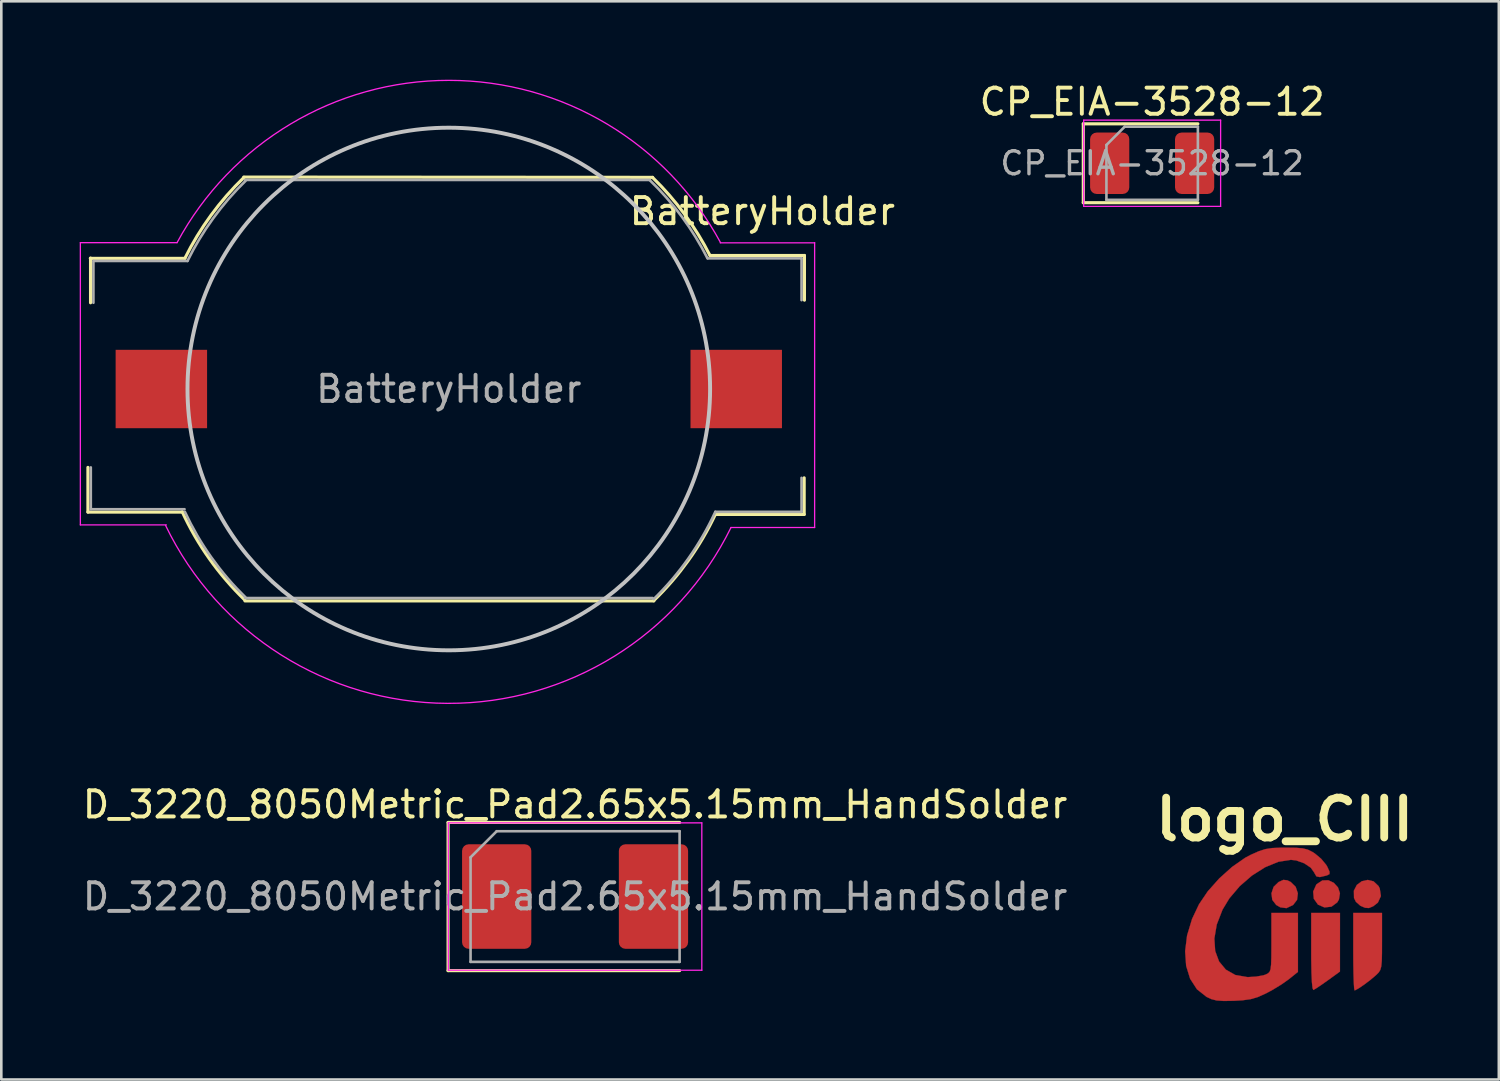
<source format=kicad_pcb>
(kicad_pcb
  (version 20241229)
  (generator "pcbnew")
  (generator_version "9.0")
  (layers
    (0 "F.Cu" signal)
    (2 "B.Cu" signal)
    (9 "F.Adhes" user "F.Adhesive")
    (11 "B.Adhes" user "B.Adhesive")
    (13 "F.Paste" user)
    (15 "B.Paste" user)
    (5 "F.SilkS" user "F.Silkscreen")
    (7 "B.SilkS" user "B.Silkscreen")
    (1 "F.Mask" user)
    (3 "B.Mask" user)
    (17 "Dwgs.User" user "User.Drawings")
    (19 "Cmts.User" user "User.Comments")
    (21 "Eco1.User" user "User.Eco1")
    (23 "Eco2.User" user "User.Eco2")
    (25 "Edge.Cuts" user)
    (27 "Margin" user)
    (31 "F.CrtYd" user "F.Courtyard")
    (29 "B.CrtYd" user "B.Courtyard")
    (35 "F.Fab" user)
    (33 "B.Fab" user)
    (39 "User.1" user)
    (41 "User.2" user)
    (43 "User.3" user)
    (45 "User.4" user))
  (footprint "BatteryHolder"
    (layer "F.Cu")
    (at 14.125 11.837)
    (property "Reference" "BatteryHolder" (at 12 -6.8 0) (layer "F.SilkS") (effects (font (size 1 1) (thickness 0.15))))
    (attr smd)
    (fp_line (start -13.81 3) (end -13.81 4.71) (stroke (width 0.12) (type solid)) (layer "F.SilkS"))
    (fp_line (start -13.718 -5) (end -10.1 -5) (stroke (width 0.12) (type solid)) (layer "F.SilkS"))
    (fp_line (start -13.71 -3.3) (end -13.71 -5.01) (stroke (width 0.12) (type solid)) (layer "F.SilkS"))
    (fp_line (start -10.192 4.71) (end -13.81 4.71) (stroke (width 0.12) (type solid)) (layer "F.SilkS"))
    (fp_line (start -7.847 -8.11) (end 7.8 -8.1) (stroke (width 0.12) (type solid)) (layer "F.SilkS"))
    (fp_line (start 7.847 8.11) (end -7.8 8.11) (stroke (width 0.12) (type solid)) (layer "F.SilkS"))
    (fp_line (start 10 -5.11) (end 13.61 -5.11) (stroke (width 0.12) (type solid)) (layer "F.SilkS"))
    (fp_line (start 13.6 3.4) (end 13.6 4.8) (stroke (width 0.12) (type solid)) (layer "F.SilkS"))
    (fp_line (start 13.6 4.8) (end 10.2 4.8) (stroke (width 0.12) (type solid)) (layer "F.SilkS"))
    (fp_line (start 13.61 -3.4) (end 13.61 -5.11) (stroke (width 0.12) (type solid)) (layer "F.SilkS"))
    (fp_arc (start -10.1 -5) (mid -9.10048 -6.647651) (end -7.834861 -8.100923) (stroke (width 0.12) (type solid)) (layer "F.SilkS"))
    (fp_arc (start -7.807672 8.07281) (mid -9.160405 6.497459) (end -10.2 4.7) (stroke (width 0.12) (type solid)) (layer "F.SilkS"))
    (fp_arc (start 7.796483 -8.096385) (mid 9.022638 -6.689673) (end 10 -5.1) (stroke (width 0.12) (type solid)) (layer "F.SilkS"))
    (fp_arc (start 10.2 4.8) (mid 9.168492 6.558869) (end 7.837021 8.103154) (stroke (width 0.12) (type solid)) (layer "F.SilkS"))
    (fp_circle (center 0 0) (end 10 0) (stroke (width 0.15) (type solid)) (fill no) (layer "Dwgs.User"))
    (fp_line (start -14.1 -5.6) (end -14.1 5.2) (stroke (width 0.05) (type solid)) (layer "F.CrtYd"))
    (fp_line (start -14.1 -5.6) (end -10.4 -5.6) (stroke (width 0.05) (type solid)) (layer "F.CrtYd"))
    (fp_line (start -14.1 5.2) (end -10.81 5.2) (stroke (width 0.05) (type solid)) (layer "F.CrtYd"))
    (fp_line (start 10.8 5.3) (end 14 5.3) (stroke (width 0.05) (type solid)) (layer "F.CrtYd"))
    (fp_line (start 14 -5.594) (end 10.389 -5.594) (stroke (width 0.05) (type solid)) (layer "F.CrtYd"))
    (fp_line (start 14 5.3) (end 14 -5.6) (stroke (width 0.05) (type solid)) (layer "F.CrtYd"))
    (fp_arc (start -10.4 -5.6) (mid -0.000001 -11.811858) (end 10.399999 -5.600002) (stroke (width 0.05) (type solid)) (layer "F.CrtYd"))
    (fp_arc (start 10.8 5.3) (mid -0.04505 12.030294) (end -10.839391 5.218966) (stroke (width 0.05) (type solid)) (layer "F.CrtYd"))
    (fp_line (start -13.7 3) (end -13.7 4.6) (stroke (width 0.1) (type solid)) (layer "F.Fab"))
    (fp_line (start -13.7 4.6) (end -10.113 4.6) (stroke (width 0.1) (type solid)) (layer "F.Fab"))
    (fp_line (start -13.6 -4.9) (end -13.6 -3.3) (stroke (width 0.1) (type solid)) (layer "F.Fab"))
    (fp_line (start -13.587 -4.9) (end -10 -4.9) (stroke (width 0.1) (type solid)) (layer "F.Fab"))
    (fp_line (start -7.803 -8) (end 7.7 -8) (stroke (width 0.1) (type solid)) (layer "F.Fab"))
    (fp_line (start -7.8 8) (end 7.803 8) (stroke (width 0.1) (type solid)) (layer "F.Fab"))
    (fp_line (start 9.913 -5) (end 13.5 -5) (stroke (width 0.1) (type solid)) (layer "F.Fab"))
    (fp_line (start 13.5 -5) (end 13.5 -3.4) (stroke (width 0.1) (type solid)) (layer "F.Fab"))
    (fp_line (start 13.5 3.4) (end 13.5 4.7) (stroke (width 0.1) (type solid)) (layer "F.Fab"))
    (fp_line (start 13.5 4.7) (end 10.2 4.7) (stroke (width 0.1) (type solid)) (layer "F.Fab"))
    (fp_arc (start -10 -4.9) (mid -9.01773 -6.530055) (end -7.773306 -7.969965) (stroke (width 0.1) (type solid)) (layer "F.Fab"))
    (fp_arc (start -7.778183 7.974952) (mid -9.087831 6.442927) (end -10.1 4.7) (stroke (width 0.1) (type solid)) (layer "F.Fab"))
    (fp_arc (start 7.691251 -7.990911) (mid 8.92185 -6.588671) (end 9.9 -5) (stroke (width 0.1) (type solid)) (layer "F.Fab"))
    (fp_arc (start 10.2 4.7) (mid 9.174042 6.47819) (end 7.84154 8.039916) (stroke (width 0.1) (type solid)) (layer "F.Fab"))
    (fp_text user "${REFERENCE}" (at 0 0 0) (layer "F.Fab") (effects (font (size 1 1) (thickness 0.15))))
    (pad "1" smd rect (at -11 0) (size 3.5 3) (layers "F.Cu" "F.Mask" "F.Paste"))
    (pad "2" smd rect (at 11 0) (size 3.5 3) (layers "F.Cu" "F.Mask" "F.Paste")))
  (footprint "logo_CIII"
    (layer "F.Cu")
    (at 46.113 32.31)
    (property "Reference" "logo_CIII" (at 0 -4 0) (layer "F.SilkS") (effects (font (size 1.524 1.524) (thickness 0.3))))
    (attr through_hole)
    (fp_poly (pts (xy 2.116 0.699) (xy 2.116 1.82) (xy 1.648 2.159) (xy 1.4 2.334) (xy 1.202 2.466) (xy 1.098 2.526) (xy 1.067 2.455) (xy 1.043 2.229) (xy 1.026 1.86) (xy 1.017 1.363) (xy 1.016 1.065) (xy 1.016 -0.423) (xy 2.117 -0.423) (xy 2.116 0.699)) (stroke (width 0.01) (type solid)) (fill yes) (layer "F.Cu"))
    (fp_poly (pts (xy 1.881 -1.575) (xy 2.04 -1.4) (xy 2.116 -1.177) (xy 2.076 -0.935) (xy 2.011 -0.825) (xy 1.792 -0.663) (xy 1.524 -0.633) (xy 1.275 -0.741) (xy 1.115 -0.967) (xy 1.091 -1.24) (xy 1.207 -1.5) (xy 1.23 -1.527) (xy 1.444 -1.667) (xy 1.672 -1.674) (xy 1.881 -1.575)) (stroke (width 0.01) (type solid)) (fill yes) (layer "F.Cu"))
    (fp_poly (pts (xy 3.404 -1.631) (xy 3.59 -1.455) (xy 3.639 -1.36) (xy 3.683 -1.067) (xy 3.568 -0.818) (xy 3.39 -0.679) (xy 3.225 -0.61) (xy 3.078 -0.62) (xy 2.898 -0.697) (xy 2.727 -0.848) (xy 2.654 -0.994) (xy 2.649 -1.274) (xy 2.761 -1.493) (xy 2.95 -1.635) (xy 3.178 -1.686) (xy 3.404 -1.631)) (stroke (width 0.01) (type solid)) (fill yes) (layer "F.Cu"))
    (fp_poly (pts (xy 0.103 -1.671) (xy 0.233 -1.606) (xy 0.422 -1.421) (xy 0.505 -1.174) (xy 0.474 -0.924) (xy 0.325 -0.728) (xy 0.324 -0.728) (xy 0.069 -0.606) (xy -0.169 -0.638) (xy -0.324 -0.728) (xy -0.474 -0.923) (xy -0.505 -1.173) (xy -0.423 -1.421) (xy -0.233 -1.606) (xy -0.233 -1.606) (xy -0.048 -1.688) (xy 0.103 -1.671)) (stroke (width 0.01) (type solid)) (fill yes) (layer "F.Cu"))
    (fp_poly (pts (xy 3.725 0.661) (xy 3.724 1.108) (xy 3.717 1.417) (xy 3.697 1.623) (xy 3.66 1.758) (xy 3.599 1.855) (xy 3.508 1.946) (xy 3.493 1.96) (xy 3.284 2.137) (xy 3.051 2.314) (xy 2.841 2.457) (xy 2.699 2.535) (xy 2.675 2.54) (xy 2.659 2.46) (xy 2.645 2.237) (xy 2.634 1.9) (xy 2.627 1.474) (xy 2.625 1.058) (xy 2.625 -0.423) (xy 3.725 -0.423) (xy 3.725 0.661)) (stroke (width 0.01) (type solid)) (fill yes) (layer "F.Cu"))
    (fp_poly (pts (xy 0.43 -2.916) (xy 0.692 -2.894) (xy 0.885 -2.845) (xy 1.058 -2.759) (xy 1.156 -2.697) (xy 1.396 -2.496) (xy 1.589 -2.264) (xy 1.633 -2.189) (xy 1.717 -2.001) (xy 1.716 -1.91) (xy 1.623 -1.862) (xy 1.584 -1.85) (xy 1.347 -1.795) (xy 1.217 -1.82) (xy 1.147 -1.934) (xy 1.141 -1.953) (xy 1.002 -2.152) (xy 0.75 -2.322) (xy 0.444 -2.432) (xy 0.24 -2.455) (xy -0.239 -2.381) (xy -0.747 -2.172) (xy -1.251 -1.853) (xy -1.719 -1.448) (xy -2.117 -0.98) (xy -2.377 -0.55) (xy -2.599 0.022) (xy -2.69 0.556) (xy -2.659 1.032) (xy -2.51 1.435) (xy -2.251 1.747) (xy -1.889 1.952) (xy -1.429 2.032) (xy -1.388 2.032) (xy -1.086 2.013) (xy -0.82 1.966) (xy -0.724 1.934) (xy -0.637 1.89) (xy -0.577 1.831) (xy -0.539 1.728) (xy -0.519 1.553) (xy -0.51 1.276) (xy -0.508 0.868) (xy -0.508 0.706) (xy -0.508 -0.423) (xy 0.508 -0.423) (xy 0.508 1.834) (xy 0.16 2.114) (xy -0.109 2.305) (xy -0.449 2.513) (xy -0.708 2.653) (xy -1.017 2.793) (xy -1.3 2.877) (xy -1.626 2.922) (xy -1.947 2.94) (xy -2.334 2.946) (xy -2.605 2.927) (xy -2.813 2.873) (xy -2.985 2.793) (xy -3.356 2.5) (xy -3.618 2.096) (xy -3.77 1.604) (xy -3.809 1.044) (xy -3.734 0.438) (xy -3.543 -0.194) (xy -3.279 -0.752) (xy -2.943 -1.249) (xy -2.505 -1.741) (xy -2.012 -2.184) (xy -1.512 -2.533) (xy -1.299 -2.646) (xy -0.995 -2.782) (xy -0.743 -2.864) (xy -0.48 -2.906) (xy -0.14 -2.92) (xy 0.049 -2.921) (xy 0.43 -2.916)) (stroke (width 0.01) (type solid)) (fill yes) (layer "F.Cu")))
  (footprint "CP_EIA-3528-12"
    (layer "F.Cu")
    (at 41.042 3.198)
    (property "Reference" "CP_EIA-3528-12" (at 0 -2.35 0) (layer "F.SilkS") (effects (font (size 1 1) (thickness 0.15))))
    (attr smd)
    (fp_line (start -2.635 -1.51) (end -2.635 1.51) (stroke (width 0.12) (type solid)) (layer "F.SilkS"))
    (fp_line (start -2.635 1.51) (end 1.75 1.51) (stroke (width 0.12) (type solid)) (layer "F.SilkS"))
    (fp_line (start 1.75 -1.51) (end -2.635 -1.51) (stroke (width 0.12) (type solid)) (layer "F.SilkS"))
    (fp_line (start -2.62 -1.65) (end 2.62 -1.65) (stroke (width 0.05) (type solid)) (layer "F.CrtYd"))
    (fp_line (start -2.62 1.65) (end -2.62 -1.65) (stroke (width 0.05) (type solid)) (layer "F.CrtYd"))
    (fp_line (start 2.62 -1.65) (end 2.62 1.65) (stroke (width 0.05) (type solid)) (layer "F.CrtYd"))
    (fp_line (start 2.62 1.65) (end -2.62 1.65) (stroke (width 0.05) (type solid)) (layer "F.CrtYd"))
    (fp_line (start -1.75 -0.7) (end -1.75 1.4) (stroke (width 0.1) (type solid)) (layer "F.Fab"))
    (fp_line (start -1.75 1.4) (end 1.75 1.4) (stroke (width 0.1) (type solid)) (layer "F.Fab"))
    (fp_line (start -1.05 -1.4) (end -1.75 -0.7) (stroke (width 0.1) (type solid)) (layer "F.Fab"))
    (fp_line (start 1.75 -1.4) (end -1.05 -1.4) (stroke (width 0.1) (type solid)) (layer "F.Fab"))
    (fp_line (start 1.75 1.4) (end 1.75 -1.4) (stroke (width 0.1) (type solid)) (layer "F.Fab"))
    (fp_text user "${REFERENCE}" (at 0 0 0) (layer "F.Fab") (effects (font (size 0.88 0.88) (thickness 0.13))))
    (pad "1" smd roundrect (at -1.625 0) (size 1.5 2.35) (layers "F.Cu" "F.Mask" "F.Paste") (roundrect_rratio 0.167))
    (pad "2" smd roundrect (at 1.625 0) (size 1.5 2.35) (layers "F.Cu" "F.Mask" "F.Paste") (roundrect_rratio 0.167)))
  (footprint "D_3220_8050Metric_Pad2.65x5.15mm_HandSolder"
    (layer "F.Cu")
    (at 18.958 31.26)
    (property "Reference" "D_3220_8050Metric_Pad2.65x5.15mm_HandSolder" (at 0 -3.52 0) (layer "F.SilkS") (effects (font (size 1 1) (thickness 0.15))))
    (attr smd)
    (fp_line (start -4.86 -2.835) (end -4.86 2.835) (stroke (width 0.12) (type solid)) (layer "F.SilkS"))
    (fp_line (start -4.86 2.835) (end 4 2.835) (stroke (width 0.12) (type solid)) (layer "F.SilkS"))
    (fp_line (start 4 -2.835) (end -4.86 -2.835) (stroke (width 0.12) (type solid)) (layer "F.SilkS"))
    (fp_line (start -4.85 -2.82) (end 4.85 -2.82) (stroke (width 0.05) (type solid)) (layer "F.CrtYd"))
    (fp_line (start -4.85 2.82) (end -4.85 -2.82) (stroke (width 0.05) (type solid)) (layer "F.CrtYd"))
    (fp_line (start 4.85 -2.82) (end 4.85 2.82) (stroke (width 0.05) (type solid)) (layer "F.CrtYd"))
    (fp_line (start 4.85 2.82) (end -4.85 2.82) (stroke (width 0.05) (type solid)) (layer "F.CrtYd"))
    (fp_line (start -4 -1.5) (end -4 2.5) (stroke (width 0.1) (type solid)) (layer "F.Fab"))
    (fp_line (start -4 2.5) (end 4 2.5) (stroke (width 0.1) (type solid)) (layer "F.Fab"))
    (fp_line (start -3 -2.5) (end -4 -1.5) (stroke (width 0.1) (type solid)) (layer "F.Fab"))
    (fp_line (start 4 -2.5) (end -3 -2.5) (stroke (width 0.1) (type solid)) (layer "F.Fab"))
    (fp_line (start 4 2.5) (end 4 -2.5) (stroke (width 0.1) (type solid)) (layer "F.Fab"))
    (fp_text user "${REFERENCE}" (at 0 0 0) (layer "F.Fab") (effects (font (size 1 1) (thickness 0.15))))
    (pad "1" smd roundrect (at -3 0) (size 2.65 4) (layers "F.Cu" "F.Mask" "F.Paste") (roundrect_rratio 0.094))
    (pad "2" smd roundrect (at 3 0) (size 2.65 4) (layers "F.Cu" "F.Mask" "F.Paste") (roundrect_rratio 0.094)))
  (gr_rect
    (start -3 -3)
    (end 54.309 38.261)
    (stroke (width 0.1) (type default))
    (fill no)
    (layer "Edge.Cuts")))
</source>
